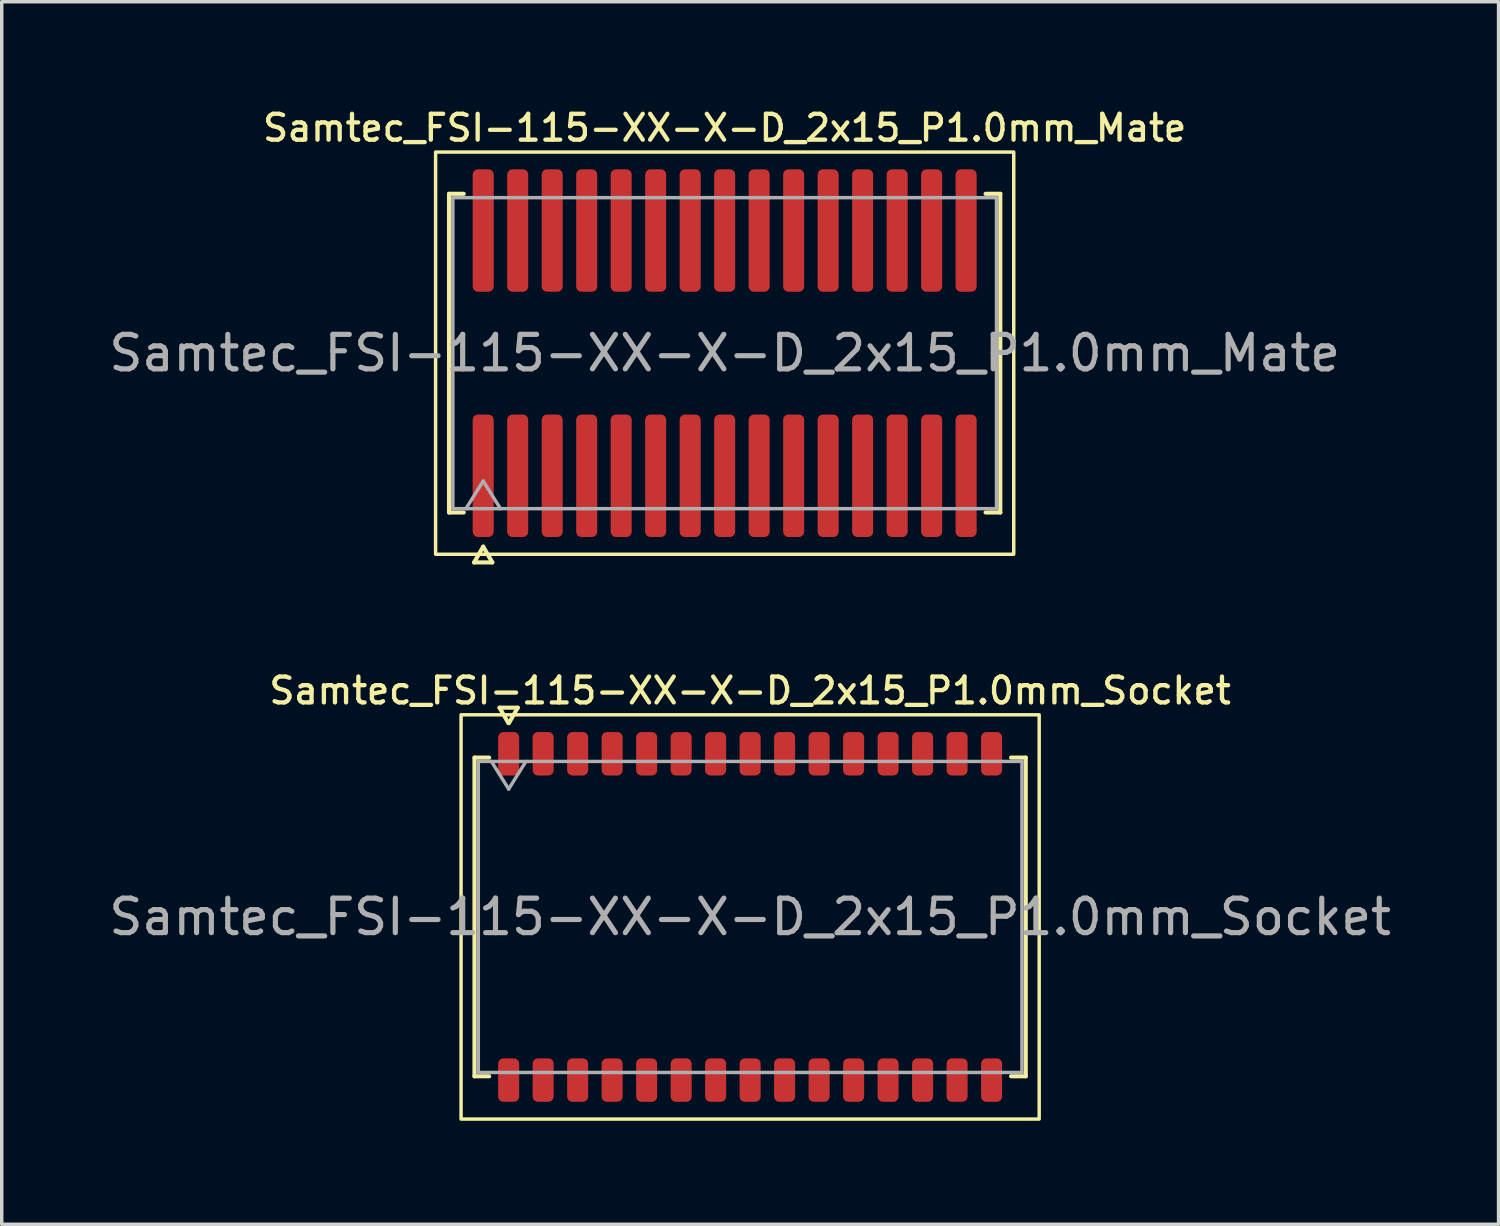
<source format=kicad_pcb>
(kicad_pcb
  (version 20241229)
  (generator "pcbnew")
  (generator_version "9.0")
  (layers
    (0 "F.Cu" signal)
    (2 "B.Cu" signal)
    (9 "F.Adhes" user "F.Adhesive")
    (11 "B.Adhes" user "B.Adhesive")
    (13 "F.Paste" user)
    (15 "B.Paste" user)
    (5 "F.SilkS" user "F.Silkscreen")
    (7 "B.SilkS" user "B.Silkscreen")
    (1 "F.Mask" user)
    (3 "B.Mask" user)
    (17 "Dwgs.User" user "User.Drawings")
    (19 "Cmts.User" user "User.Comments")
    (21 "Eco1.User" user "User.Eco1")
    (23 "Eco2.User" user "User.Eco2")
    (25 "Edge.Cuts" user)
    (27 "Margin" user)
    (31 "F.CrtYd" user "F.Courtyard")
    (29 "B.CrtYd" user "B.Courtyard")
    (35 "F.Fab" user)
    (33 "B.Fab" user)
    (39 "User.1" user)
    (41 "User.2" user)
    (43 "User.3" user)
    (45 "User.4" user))
  (footprint "Samtec_FSI-115-XX-X-D_2x15_P1.0mm_Socket"
    (layer "F.Cu")
    (at 18.696 23.532)
    (property "Reference" "Samtec_FSI-115-XX-X-D_2x15_P1.0mm_Socket" (at 0 -6.56 0) (layer "F.SilkS") (effects (font (size 0.75 0.75) (thickness 0.125))))
    (attr smd)
    (fp_line (start -7.99 -4.619) (end -7.565 -4.619) (stroke (width 0.12) (type solid)) (layer "F.SilkS"))
    (fp_line (start -7.99 4.619) (end -7.99 -4.619) (stroke (width 0.12) (type solid)) (layer "F.SilkS"))
    (fp_line (start -7.565 4.619) (end -7.99 4.619) (stroke (width 0.12) (type solid)) (layer "F.SilkS"))
    (fp_line (start -7.264 -6.066) (end -7.007 -5.62) (stroke (width 0.12) (type solid)) (layer "F.SilkS"))
    (fp_line (start -6.993 -5.62) (end -6.736 -6.066) (stroke (width 0.12) (type solid)) (layer "F.SilkS"))
    (fp_line (start -6.736 -6.066) (end -7.264 -6.066) (stroke (width 0.12) (type solid)) (layer "F.SilkS"))
    (fp_line (start 7.565 -4.619) (end 7.99 -4.619) (stroke (width 0.12) (type solid)) (layer "F.SilkS"))
    (fp_line (start 7.99 -4.619) (end 7.99 4.619) (stroke (width 0.12) (type solid)) (layer "F.SilkS"))
    (fp_line (start 7.99 4.619) (end 7.565 4.619) (stroke (width 0.12) (type solid)) (layer "F.SilkS"))
    (fp_rect (start -8.38 -5.86) (end 8.38 5.86) (stroke (width 0.1) (type solid)) (fill no) (layer "F.SilkS"))
    (fp_line (start -7.88 -4.508) (end 7.88 -4.508) (stroke (width 0.1) (type solid)) (layer "F.Fab"))
    (fp_line (start -7.88 4.508) (end -7.88 -4.508) (stroke (width 0.1) (type solid)) (layer "F.Fab"))
    (fp_line (start -7.5 -4.508) (end -7 -3.708) (stroke (width 0.1) (type solid)) (layer "F.Fab"))
    (fp_line (start -7 -3.708) (end -6.5 -4.508) (stroke (width 0.1) (type solid)) (layer "F.Fab"))
    (fp_line (start 7.88 -4.508) (end 7.88 4.508) (stroke (width 0.1) (type solid)) (layer "F.Fab"))
    (fp_line (start 7.88 4.508) (end -7.88 4.508) (stroke (width 0.1) (type solid)) (layer "F.Fab"))
    (fp_text user "${REFERENCE}" (at 0 0 0) (layer "F.Fab") (effects (font (size 1 1) (thickness 0.15))))
    (pad "1" smd roundrect (at -7 -4.73) (size 0.61 1.26) (layers "F.Cu" "F.Mask" "F.Paste") (roundrect_rratio 0.25))
    (pad "2" smd roundrect (at -7 4.73) (size 0.61 1.26) (layers "F.Cu" "F.Mask" "F.Paste") (roundrect_rratio 0.25))
    (pad "3" smd roundrect (at -6 -4.73) (size 0.61 1.26) (layers "F.Cu" "F.Mask" "F.Paste") (roundrect_rratio 0.25))
    (pad "4" smd roundrect (at -6 4.73) (size 0.61 1.26) (layers "F.Cu" "F.Mask" "F.Paste") (roundrect_rratio 0.25))
    (pad "5" smd roundrect (at -5 -4.73) (size 0.61 1.26) (layers "F.Cu" "F.Mask" "F.Paste") (roundrect_rratio 0.25))
    (pad "6" smd roundrect (at -5 4.73) (size 0.61 1.26) (layers "F.Cu" "F.Mask" "F.Paste") (roundrect_rratio 0.25))
    (pad "7" smd roundrect (at -4 -4.73) (size 0.61 1.26) (layers "F.Cu" "F.Mask" "F.Paste") (roundrect_rratio 0.25))
    (pad "8" smd roundrect (at -4 4.73) (size 0.61 1.26) (layers "F.Cu" "F.Mask" "F.Paste") (roundrect_rratio 0.25))
    (pad "9" smd roundrect (at -3 -4.73) (size 0.61 1.26) (layers "F.Cu" "F.Mask" "F.Paste") (roundrect_rratio 0.25))
    (pad "10" smd roundrect (at -3 4.73) (size 0.61 1.26) (layers "F.Cu" "F.Mask" "F.Paste") (roundrect_rratio 0.25))
    (pad "11" smd roundrect (at -2 -4.73) (size 0.61 1.26) (layers "F.Cu" "F.Mask" "F.Paste") (roundrect_rratio 0.25))
    (pad "12" smd roundrect (at -2 4.73) (size 0.61 1.26) (layers "F.Cu" "F.Mask" "F.Paste") (roundrect_rratio 0.25))
    (pad "13" smd roundrect (at -1 -4.73) (size 0.61 1.26) (layers "F.Cu" "F.Mask" "F.Paste") (roundrect_rratio 0.25))
    (pad "14" smd roundrect (at -1 4.73) (size 0.61 1.26) (layers "F.Cu" "F.Mask" "F.Paste") (roundrect_rratio 0.25))
    (pad "15" smd roundrect (at 0 -4.73) (size 0.61 1.26) (layers "F.Cu" "F.Mask" "F.Paste") (roundrect_rratio 0.25))
    (pad "16" smd roundrect (at 0 4.73) (size 0.61 1.26) (layers "F.Cu" "F.Mask" "F.Paste") (roundrect_rratio 0.25))
    (pad "17" smd roundrect (at 1 -4.73) (size 0.61 1.26) (layers "F.Cu" "F.Mask" "F.Paste") (roundrect_rratio 0.25))
    (pad "18" smd roundrect (at 1 4.73) (size 0.61 1.26) (layers "F.Cu" "F.Mask" "F.Paste") (roundrect_rratio 0.25))
    (pad "19" smd roundrect (at 2 -4.73) (size 0.61 1.26) (layers "F.Cu" "F.Mask" "F.Paste") (roundrect_rratio 0.25))
    (pad "20" smd roundrect (at 2 4.73) (size 0.61 1.26) (layers "F.Cu" "F.Mask" "F.Paste") (roundrect_rratio 0.25))
    (pad "21" smd roundrect (at 3 -4.73) (size 0.61 1.26) (layers "F.Cu" "F.Mask" "F.Paste") (roundrect_rratio 0.25))
    (pad "22" smd roundrect (at 3 4.73) (size 0.61 1.26) (layers "F.Cu" "F.Mask" "F.Paste") (roundrect_rratio 0.25))
    (pad "23" smd roundrect (at 4 -4.73) (size 0.61 1.26) (layers "F.Cu" "F.Mask" "F.Paste") (roundrect_rratio 0.25))
    (pad "24" smd roundrect (at 4 4.73) (size 0.61 1.26) (layers "F.Cu" "F.Mask" "F.Paste") (roundrect_rratio 0.25))
    (pad "25" smd roundrect (at 5 -4.73) (size 0.61 1.26) (layers "F.Cu" "F.Mask" "F.Paste") (roundrect_rratio 0.25))
    (pad "26" smd roundrect (at 5 4.73) (size 0.61 1.26) (layers "F.Cu" "F.Mask" "F.Paste") (roundrect_rratio 0.25))
    (pad "27" smd roundrect (at 6 -4.73) (size 0.61 1.26) (layers "F.Cu" "F.Mask" "F.Paste") (roundrect_rratio 0.25))
    (pad "28" smd roundrect (at 6 4.73) (size 0.61 1.26) (layers "F.Cu" "F.Mask" "F.Paste") (roundrect_rratio 0.25))
    (pad "29" smd roundrect (at 7 -4.73) (size 0.61 1.26) (layers "F.Cu" "F.Mask" "F.Paste") (roundrect_rratio 0.25))
    (pad "30" smd roundrect (at 7 4.73) (size 0.61 1.26) (layers "F.Cu" "F.Mask" "F.Paste") (roundrect_rratio 0.25)))
  (footprint "Samtec_FSI-115-XX-X-D_2x15_P1.0mm_Mate"
    (layer "F.Cu")
    (at 17.958 7.188)
    (property "Reference" "Samtec_FSI-115-XX-X-D_2x15_P1.0mm_Mate" (at 0 -6.53 0) (layer "F.SilkS") (effects (font (size 0.75 0.75) (thickness 0.125))))
    (attr exclude_from_pos_files exclude_from_bom)
    (fp_line (start -7.99 -4.619) (end -7.565 -4.619) (stroke (width 0.12) (type solid)) (layer "F.SilkS"))
    (fp_line (start -7.99 4.619) (end -7.99 -4.619) (stroke (width 0.12) (type solid)) (layer "F.SilkS"))
    (fp_line (start -7.565 4.619) (end -7.99 4.619) (stroke (width 0.12) (type solid)) (layer "F.SilkS"))
    (fp_line (start -7.264 6.066) (end -7 5.609) (stroke (width 0.12) (type solid)) (layer "F.SilkS"))
    (fp_line (start -7 5.609) (end -6.736 6.066) (stroke (width 0.12) (type solid)) (layer "F.SilkS"))
    (fp_line (start -6.736 6.066) (end -7.264 6.066) (stroke (width 0.12) (type solid)) (layer "F.SilkS"))
    (fp_line (start 7.565 -4.619) (end 7.99 -4.619) (stroke (width 0.12) (type solid)) (layer "F.SilkS"))
    (fp_line (start 7.99 -4.619) (end 7.99 4.619) (stroke (width 0.12) (type solid)) (layer "F.SilkS"))
    (fp_line (start 7.99 4.619) (end 7.565 4.619) (stroke (width 0.12) (type solid)) (layer "F.SilkS"))
    (fp_rect (start -8.38 -5.83) (end 8.38 5.83) (stroke (width 0.1) (type solid)) (fill no) (layer "F.SilkS"))
    (fp_line (start -7.88 -4.508) (end 7.88 -4.508) (stroke (width 0.1) (type solid)) (layer "F.Fab"))
    (fp_line (start -7.88 4.508) (end -7.88 -4.508) (stroke (width 0.1) (type solid)) (layer "F.Fab"))
    (fp_line (start -7.5 4.508) (end -7 3.708) (stroke (width 0.1) (type solid)) (layer "F.Fab"))
    (fp_line (start -7 3.708) (end -6.5 4.508) (stroke (width 0.1) (type solid)) (layer "F.Fab"))
    (fp_line (start 7.88 -4.508) (end 7.88 4.508) (stroke (width 0.1) (type solid)) (layer "F.Fab"))
    (fp_line (start 7.88 4.508) (end -7.88 4.508) (stroke (width 0.1) (type solid)) (layer "F.Fab"))
    (fp_text user "${REFERENCE}" (at 0 0 0) (layer "F.Fab") (effects (font (size 1 1) (thickness 0.15))))
    (pad "1" smd roundrect (at -7 3.555) (size 0.61 3.55) (layers "F.Cu" "F.Mask") (roundrect_rratio 0.25))
    (pad "2" smd roundrect (at -7 -3.555) (size 0.61 3.55) (layers "F.Cu" "F.Mask") (roundrect_rratio 0.25))
    (pad "3" smd roundrect (at -6 3.555) (size 0.61 3.55) (layers "F.Cu" "F.Mask") (roundrect_rratio 0.25))
    (pad "4" smd roundrect (at -6 -3.555) (size 0.61 3.55) (layers "F.Cu" "F.Mask") (roundrect_rratio 0.25))
    (pad "5" smd roundrect (at -5 3.555) (size 0.61 3.55) (layers "F.Cu" "F.Mask") (roundrect_rratio 0.25))
    (pad "6" smd roundrect (at -5 -3.555) (size 0.61 3.55) (layers "F.Cu" "F.Mask") (roundrect_rratio 0.25))
    (pad "7" smd roundrect (at -4 3.555) (size 0.61 3.55) (layers "F.Cu" "F.Mask") (roundrect_rratio 0.25))
    (pad "8" smd roundrect (at -4 -3.555) (size 0.61 3.55) (layers "F.Cu" "F.Mask") (roundrect_rratio 0.25))
    (pad "9" smd roundrect (at -3 3.555) (size 0.61 3.55) (layers "F.Cu" "F.Mask") (roundrect_rratio 0.25))
    (pad "10" smd roundrect (at -3 -3.555) (size 0.61 3.55) (layers "F.Cu" "F.Mask") (roundrect_rratio 0.25))
    (pad "11" smd roundrect (at -2 3.555) (size 0.61 3.55) (layers "F.Cu" "F.Mask") (roundrect_rratio 0.25))
    (pad "12" smd roundrect (at -2 -3.555) (size 0.61 3.55) (layers "F.Cu" "F.Mask") (roundrect_rratio 0.25))
    (pad "13" smd roundrect (at -1 3.555) (size 0.61 3.55) (layers "F.Cu" "F.Mask") (roundrect_rratio 0.25))
    (pad "14" smd roundrect (at -1 -3.555) (size 0.61 3.55) (layers "F.Cu" "F.Mask") (roundrect_rratio 0.25))
    (pad "15" smd roundrect (at 0 3.555) (size 0.61 3.55) (layers "F.Cu" "F.Mask") (roundrect_rratio 0.25))
    (pad "16" smd roundrect (at 0 -3.555) (size 0.61 3.55) (layers "F.Cu" "F.Mask") (roundrect_rratio 0.25))
    (pad "17" smd roundrect (at 1 3.555) (size 0.61 3.55) (layers "F.Cu" "F.Mask") (roundrect_rratio 0.25))
    (pad "18" smd roundrect (at 1 -3.555) (size 0.61 3.55) (layers "F.Cu" "F.Mask") (roundrect_rratio 0.25))
    (pad "19" smd roundrect (at 2 3.555) (size 0.61 3.55) (layers "F.Cu" "F.Mask") (roundrect_rratio 0.25))
    (pad "20" smd roundrect (at 2 -3.555) (size 0.61 3.55) (layers "F.Cu" "F.Mask") (roundrect_rratio 0.25))
    (pad "21" smd roundrect (at 3 3.555) (size 0.61 3.55) (layers "F.Cu" "F.Mask") (roundrect_rratio 0.25))
    (pad "22" smd roundrect (at 3 -3.555) (size 0.61 3.55) (layers "F.Cu" "F.Mask") (roundrect_rratio 0.25))
    (pad "23" smd roundrect (at 4 3.555) (size 0.61 3.55) (layers "F.Cu" "F.Mask") (roundrect_rratio 0.25))
    (pad "24" smd roundrect (at 4 -3.555) (size 0.61 3.55) (layers "F.Cu" "F.Mask") (roundrect_rratio 0.25))
    (pad "25" smd roundrect (at 5 3.555) (size 0.61 3.55) (layers "F.Cu" "F.Mask") (roundrect_rratio 0.25))
    (pad "26" smd roundrect (at 5 -3.555) (size 0.61 3.55) (layers "F.Cu" "F.Mask") (roundrect_rratio 0.25))
    (pad "27" smd roundrect (at 6 3.555) (size 0.61 3.55) (layers "F.Cu" "F.Mask") (roundrect_rratio 0.25))
    (pad "28" smd roundrect (at 6 -3.555) (size 0.61 3.55) (layers "F.Cu" "F.Mask") (roundrect_rratio 0.25))
    (pad "29" smd roundrect (at 7 3.555) (size 0.61 3.55) (layers "F.Cu" "F.Mask") (roundrect_rratio 0.25))
    (pad "30" smd roundrect (at 7 -3.555) (size 0.61 3.55) (layers "F.Cu" "F.Mask") (roundrect_rratio 0.25)))
  (gr_rect
    (start -3 -3)
    (end 40.393 32.442)
    (stroke (width 0.1) (type default))
    (fill no)
    (layer "Edge.Cuts")))
</source>
